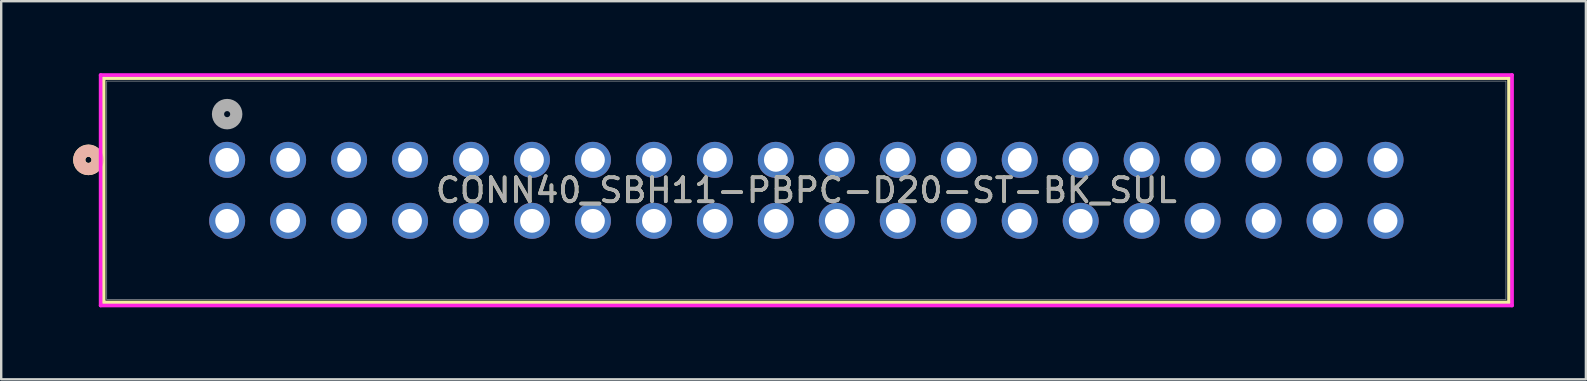
<source format=kicad_pcb>
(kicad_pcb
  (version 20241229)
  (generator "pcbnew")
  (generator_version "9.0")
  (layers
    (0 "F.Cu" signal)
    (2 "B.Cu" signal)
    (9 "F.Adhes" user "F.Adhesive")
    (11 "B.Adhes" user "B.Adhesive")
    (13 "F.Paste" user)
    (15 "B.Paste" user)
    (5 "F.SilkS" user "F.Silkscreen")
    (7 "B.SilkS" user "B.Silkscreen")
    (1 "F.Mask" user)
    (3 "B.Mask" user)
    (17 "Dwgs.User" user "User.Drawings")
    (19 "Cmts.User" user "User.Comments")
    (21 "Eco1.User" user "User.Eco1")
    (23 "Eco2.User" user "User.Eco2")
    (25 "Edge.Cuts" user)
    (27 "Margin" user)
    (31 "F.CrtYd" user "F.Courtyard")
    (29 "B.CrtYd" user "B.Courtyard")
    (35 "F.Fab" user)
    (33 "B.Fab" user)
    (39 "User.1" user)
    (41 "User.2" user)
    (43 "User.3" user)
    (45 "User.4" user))
  (footprint "CONN40_SBH11-PBPC-D20-ST-BK_SUL"
    (layer "F.Cu")
    (at 6.413 3.61)
    (property "Reference" "CONN40_SBH11-PBPC-D20-ST-BK_SUL" (at 24.13 1.27 0) (unlocked yes) (layer "F.SilkS") (effects (font (size 1 1) (thickness 0.15))))
    (attr through_hole)
    (fp_line (start -5.144 -3.407) (end -5.144 5.94) (stroke (width 0.152) (type solid)) (layer "F.SilkS"))
    (fp_line (start -5.144 5.94) (end 53.404 5.94) (stroke (width 0.152) (type solid)) (layer "F.SilkS"))
    (fp_line (start 53.404 -3.407) (end -5.144 -3.407) (stroke (width 0.152) (type solid)) (layer "F.SilkS"))
    (fp_line (start 53.404 5.94) (end 53.404 -3.407) (stroke (width 0.152) (type solid)) (layer "F.SilkS"))
    (fp_circle (center -5.779 0) (end -5.397 0) (stroke (width 0.508) (type solid)) (fill no) (layer "F.SilkS"))
    (fp_circle (center -5.779 0) (end -5.397 0) (stroke (width 0.508) (type solid)) (fill no) (layer "B.SilkS"))
    (fp_line (start -5.271 -3.534) (end -5.271 6.067) (stroke (width 0.152) (type solid)) (layer "F.CrtYd"))
    (fp_line (start -5.271 6.067) (end 53.531 6.067) (stroke (width 0.152) (type solid)) (layer "F.CrtYd"))
    (fp_line (start 53.531 -3.534) (end -5.271 -3.534) (stroke (width 0.152) (type solid)) (layer "F.CrtYd"))
    (fp_line (start 53.531 6.067) (end 53.531 -3.534) (stroke (width 0.152) (type solid)) (layer "F.CrtYd"))
    (fp_line (start -5.016 -3.28) (end -5.016 5.813) (stroke (width 0.025) (type solid)) (layer "F.Fab"))
    (fp_line (start -5.016 5.813) (end 53.276 5.813) (stroke (width 0.025) (type solid)) (layer "F.Fab"))
    (fp_line (start 53.276 -3.28) (end -5.016 -3.28) (stroke (width 0.025) (type solid)) (layer "F.Fab"))
    (fp_line (start 53.276 5.813) (end 53.276 -3.28) (stroke (width 0.025) (type solid)) (layer "F.Fab"))
    (fp_circle (center 0 -1.905) (end 0.381 -1.905) (stroke (width 0.508) (type solid)) (fill no) (layer "F.Fab"))
    (fp_text user "${REFERENCE}" (at 24.13 1.27 0) (unlocked yes) (layer "F.Fab") (effects (font (size 1 1) (thickness 0.15))))
    (pad "1" thru_hole circle (at 0 0) (size 1.499 1.499) (drill 0.991) (layers "*.Cu" "*.Mask"))
    (pad "2" thru_hole circle (at 0 2.54) (size 1.499 1.499) (drill 0.991) (layers "*.Cu" "*.Mask"))
    (pad "3" thru_hole circle (at 2.54 0) (size 1.499 1.499) (drill 0.991) (layers "*.Cu" "*.Mask"))
    (pad "4" thru_hole circle (at 2.54 2.54) (size 1.499 1.499) (drill 0.991) (layers "*.Cu" "*.Mask"))
    (pad "5" thru_hole circle (at 5.08 0) (size 1.499 1.499) (drill 0.991) (layers "*.Cu" "*.Mask"))
    (pad "6" thru_hole circle (at 5.08 2.54) (size 1.499 1.499) (drill 0.991) (layers "*.Cu" "*.Mask"))
    (pad "7" thru_hole circle (at 7.62 0) (size 1.499 1.499) (drill 0.991) (layers "*.Cu" "*.Mask"))
    (pad "8" thru_hole circle (at 7.62 2.54) (size 1.499 1.499) (drill 0.991) (layers "*.Cu" "*.Mask"))
    (pad "9" thru_hole circle (at 10.16 0) (size 1.499 1.499) (drill 0.991) (layers "*.Cu" "*.Mask"))
    (pad "10" thru_hole circle (at 10.16 2.54) (size 1.499 1.499) (drill 0.991) (layers "*.Cu" "*.Mask"))
    (pad "11" thru_hole circle (at 12.7 0) (size 1.499 1.499) (drill 0.991) (layers "*.Cu" "*.Mask"))
    (pad "12" thru_hole circle (at 12.7 2.54) (size 1.499 1.499) (drill 0.991) (layers "*.Cu" "*.Mask"))
    (pad "13" thru_hole circle (at 15.24 0) (size 1.499 1.499) (drill 0.991) (layers "*.Cu" "*.Mask"))
    (pad "14" thru_hole circle (at 15.24 2.54) (size 1.499 1.499) (drill 0.991) (layers "*.Cu" "*.Mask"))
    (pad "15" thru_hole circle (at 17.78 0) (size 1.499 1.499) (drill 0.991) (layers "*.Cu" "*.Mask"))
    (pad "16" thru_hole circle (at 17.78 2.54) (size 1.499 1.499) (drill 0.991) (layers "*.Cu" "*.Mask"))
    (pad "17" thru_hole circle (at 20.32 0) (size 1.499 1.499) (drill 0.991) (layers "*.Cu" "*.Mask"))
    (pad "18" thru_hole circle (at 20.32 2.54) (size 1.499 1.499) (drill 0.991) (layers "*.Cu" "*.Mask"))
    (pad "19" thru_hole circle (at 22.86 0) (size 1.499 1.499) (drill 0.991) (layers "*.Cu" "*.Mask"))
    (pad "20" thru_hole circle (at 22.86 2.54) (size 1.499 1.499) (drill 0.991) (layers "*.Cu" "*.Mask"))
    (pad "21" thru_hole circle (at 25.4 0) (size 1.499 1.499) (drill 0.991) (layers "*.Cu" "*.Mask"))
    (pad "22" thru_hole circle (at 25.4 2.54) (size 1.499 1.499) (drill 0.991) (layers "*.Cu" "*.Mask"))
    (pad "23" thru_hole circle (at 27.94 0) (size 1.499 1.499) (drill 0.991) (layers "*.Cu" "*.Mask"))
    (pad "24" thru_hole circle (at 27.94 2.54) (size 1.499 1.499) (drill 0.991) (layers "*.Cu" "*.Mask"))
    (pad "25" thru_hole circle (at 30.48 0) (size 1.499 1.499) (drill 0.991) (layers "*.Cu" "*.Mask"))
    (pad "26" thru_hole circle (at 30.48 2.54) (size 1.499 1.499) (drill 0.991) (layers "*.Cu" "*.Mask"))
    (pad "27" thru_hole circle (at 33.02 0) (size 1.499 1.499) (drill 0.991) (layers "*.Cu" "*.Mask"))
    (pad "28" thru_hole circle (at 33.02 2.54) (size 1.499 1.499) (drill 0.991) (layers "*.Cu" "*.Mask"))
    (pad "29" thru_hole circle (at 35.56 0) (size 1.499 1.499) (drill 0.991) (layers "*.Cu" "*.Mask"))
    (pad "30" thru_hole circle (at 35.56 2.54) (size 1.499 1.499) (drill 0.991) (layers "*.Cu" "*.Mask"))
    (pad "31" thru_hole circle (at 38.1 0) (size 1.499 1.499) (drill 0.991) (layers "*.Cu" "*.Mask"))
    (pad "32" thru_hole circle (at 38.1 2.54) (size 1.499 1.499) (drill 0.991) (layers "*.Cu" "*.Mask"))
    (pad "33" thru_hole circle (at 40.64 0) (size 1.499 1.499) (drill 0.991) (layers "*.Cu" "*.Mask"))
    (pad "34" thru_hole circle (at 40.64 2.54) (size 1.499 1.499) (drill 0.991) (layers "*.Cu" "*.Mask"))
    (pad "35" thru_hole circle (at 43.18 0) (size 1.499 1.499) (drill 0.991) (layers "*.Cu" "*.Mask"))
    (pad "36" thru_hole circle (at 43.18 2.54) (size 1.499 1.499) (drill 0.991) (layers "*.Cu" "*.Mask"))
    (pad "37" thru_hole circle (at 45.72 0) (size 1.499 1.499) (drill 0.991) (layers "*.Cu" "*.Mask"))
    (pad "38" thru_hole circle (at 45.72 2.54) (size 1.499 1.499) (drill 0.991) (layers "*.Cu" "*.Mask"))
    (pad "39" thru_hole circle (at 48.26 0) (size 1.499 1.499) (drill 0.991) (layers "*.Cu" "*.Mask"))
    (pad "40" thru_hole circle (at 48.26 2.54) (size 1.499 1.499) (drill 0.991) (layers "*.Cu" "*.Mask")))
  (gr_rect
    (start -3 -3)
    (end 63.02 12.754)
    (stroke (width 0.1) (type default))
    (fill no)
    (layer "Edge.Cuts")))
</source>
